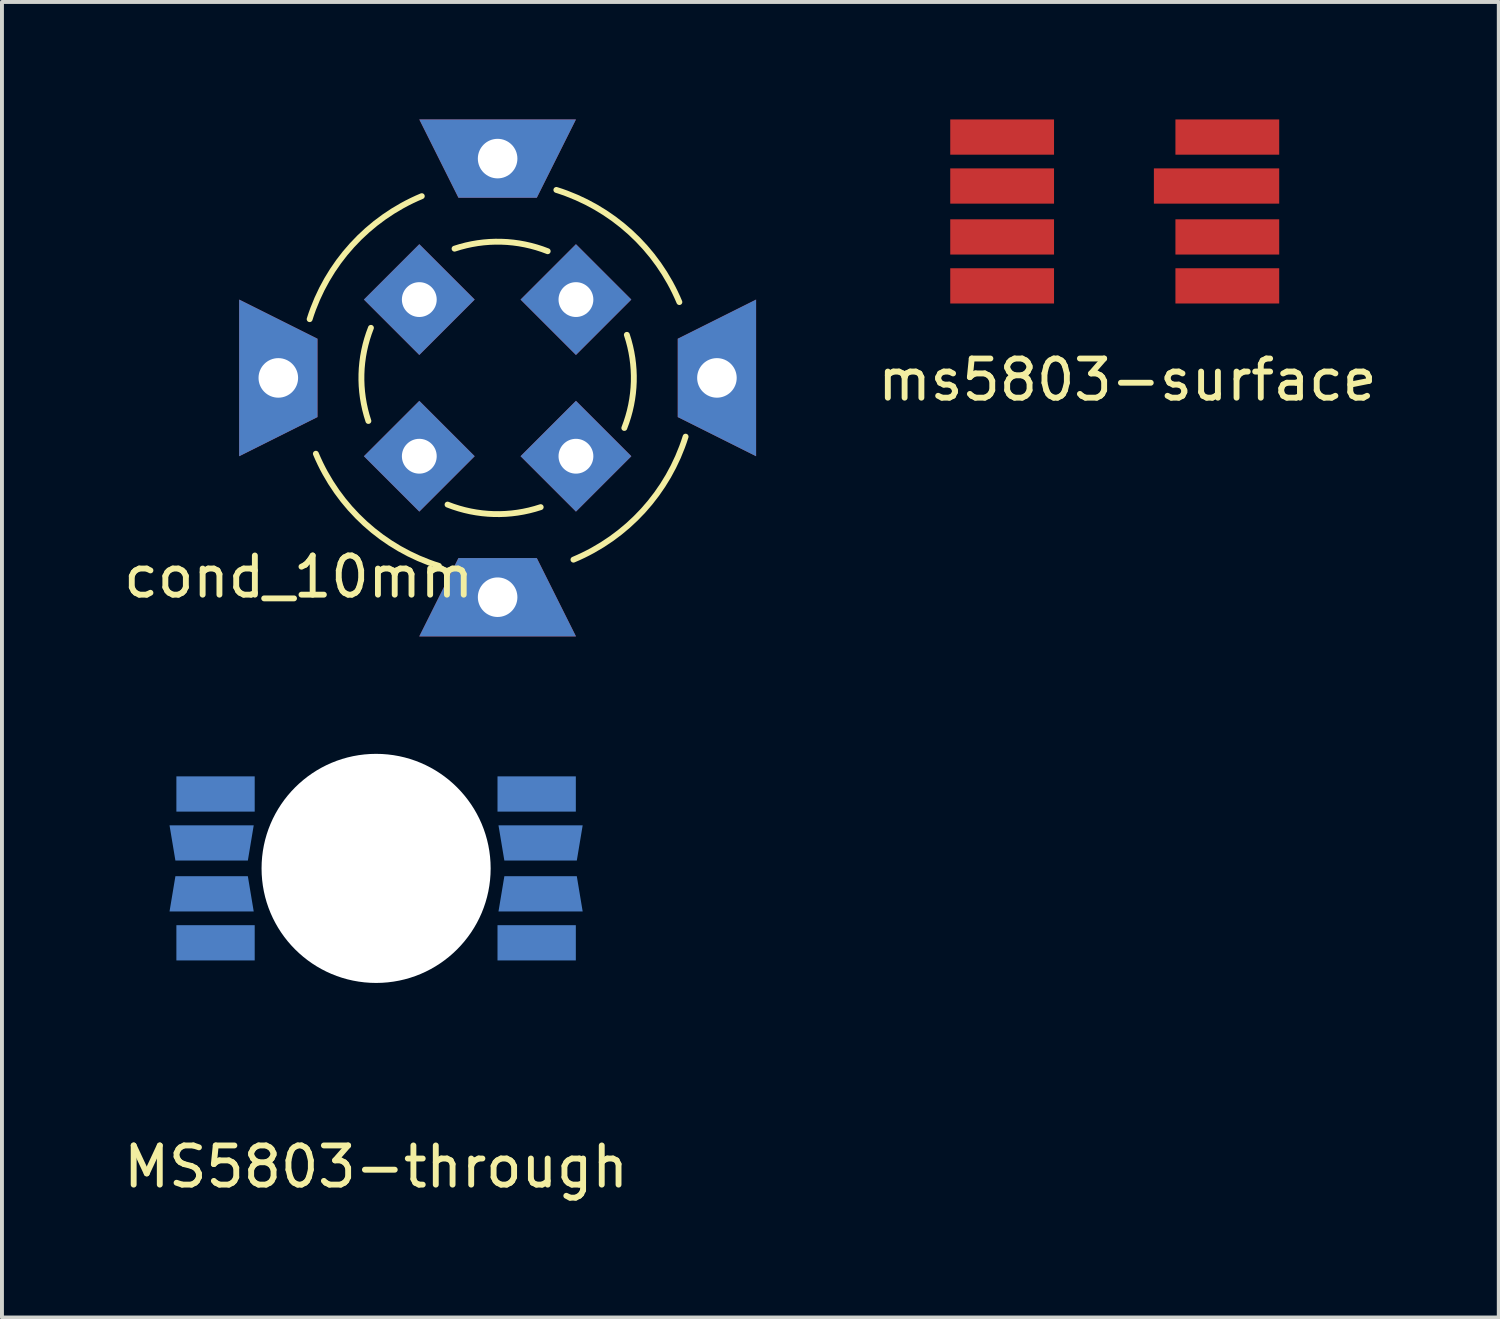
<source format=kicad_pcb>
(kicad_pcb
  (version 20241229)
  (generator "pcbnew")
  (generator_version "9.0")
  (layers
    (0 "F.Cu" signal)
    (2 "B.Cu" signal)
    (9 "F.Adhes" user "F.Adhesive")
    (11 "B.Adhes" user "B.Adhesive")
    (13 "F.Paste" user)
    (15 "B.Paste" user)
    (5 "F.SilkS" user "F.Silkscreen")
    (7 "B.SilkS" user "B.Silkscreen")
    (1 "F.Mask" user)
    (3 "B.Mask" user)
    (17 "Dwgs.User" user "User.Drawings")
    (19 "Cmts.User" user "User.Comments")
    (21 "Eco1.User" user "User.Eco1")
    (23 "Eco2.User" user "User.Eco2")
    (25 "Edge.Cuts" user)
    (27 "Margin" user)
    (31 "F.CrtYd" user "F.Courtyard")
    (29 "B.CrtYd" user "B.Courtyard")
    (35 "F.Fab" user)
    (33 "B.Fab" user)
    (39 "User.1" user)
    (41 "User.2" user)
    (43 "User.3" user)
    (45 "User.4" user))
  (footprint "MS5803-through"
    (layer "F.Cu")
    (at 6.554 19.125)
    (property "Reference" "MS5803-through" (at 0 7.62 0) (layer "F.SilkS") (effects (font (size 1 1) (thickness 0.15))))
    (attr through_hole)
    (pad "" np_thru_hole circle (at 0 0) (size 5.85 5.85) (drill 5.85) (layers "*.Cu" "*.Mask"))
    (pad "1" smd rect (at 4.2 1.9) (size 2 0.9) (drill (offset -0.1 0)) (layers "B.Cu" "B.Mask" "B.Paste"))
    (pad "2" smd trapezoid (at 4.2 0.65) (size 2 0.9) (rect_delta 0 0.15) (layers "B.Cu" "B.Mask" "B.Paste"))
    (pad "3" smd trapezoid (at 4.2 -0.65) (size 2 0.9) (rect_delta 0 -0.15) (layers "B.Cu" "B.Mask" "B.Paste"))
    (pad "4" smd rect (at 4.2 -1.9) (size 2 0.9) (drill (offset -0.1 0)) (layers "B.Cu" "B.Mask" "B.Paste"))
    (pad "5" smd rect (at -4.2 -1.9) (size 2 0.9) (drill (offset 0.1 0)) (layers "B.Cu" "B.Mask" "B.Paste"))
    (pad "6" smd trapezoid (at -4.2 -0.65) (size 2 0.9) (rect_delta 0 -0.15) (layers "B.Cu" "B.Mask" "B.Paste"))
    (pad "7" smd trapezoid (at -4.2 0.65) (size 2 0.9) (rect_delta 0 0.15) (layers "B.Cu" "B.Mask" "B.Paste"))
    (pad "8" smd rect (at -4.2 1.9) (size 2 0.9) (drill (offset 0.1 0)) (layers "B.Cu" "B.Mask" "B.Paste")))
  (footprint "cond_10mm"
    (layer "F.Cu")
    (at 9.657 6.6)
    (property "Reference" "cond_10mm" (at -5.08 5.08 0) (layer "F.SilkS") (effects (font (size 1 1) (thickness 0.15))))
    (attr through_hole)
    (fp_arc (start -4.8 -1.5) (mid -3.71635 -3.388029) (end -1.936314 -4.641195) (stroke (width 0.15) (type solid)) (layer "F.SilkS"))
    (fp_arc (start -3.3 1.1) (mid -3.477208 -0.095004) (end -3.235013 -1.27855) (stroke (width 0.15) (type solid)) (layer "F.SilkS"))
    (fp_arc (start -1.5 4.8) (mid -3.388029 3.71635) (end -4.641195 1.936314) (stroke (width 0.15) (type solid)) (layer "F.SilkS"))
    (fp_arc (start -1.1 -3.3) (mid 0.095004 -3.477208) (end 1.27855 -3.235013) (stroke (width 0.15) (type solid)) (layer "F.SilkS"))
    (fp_arc (start 1.1 3.3) (mid -0.095004 3.477208) (end -1.27855 3.235013) (stroke (width 0.15) (type solid)) (layer "F.SilkS"))
    (fp_arc (start 1.5 -4.8) (mid 3.388029 -3.71635) (end 4.641195 -1.936314) (stroke (width 0.15) (type solid)) (layer "F.SilkS"))
    (fp_arc (start 3.3 -1.1) (mid 3.477208 0.095004) (end 3.235013 1.27855) (stroke (width 0.15) (type solid)) (layer "F.SilkS"))
    (fp_arc (start 4.8 1.5) (mid 3.71635 3.388029) (end 1.936314 4.641195) (stroke (width 0.15) (type solid)) (layer "F.SilkS"))
    (pad "1" thru_hole rect (at -2 -2 135) (size 2 2) (drill 0.889) (layers "*.Cu" "*.Mask"))
    (pad "1" thru_hole rect (at -2 2 225) (size 2 2) (drill 0.889) (layers "*.Cu" "*.Mask"))
    (pad "1" thru_hole rect (at 2 -2 45) (size 2 2) (drill 0.889) (layers "*.Cu" "*.Mask"))
    (pad "1" thru_hole rect (at 2 2 315) (size 2 2) (drill 0.889) (layers "*.Cu" "*.Mask"))
    (pad "2" thru_hole trapezoid (at -5.6 0) (size 2 3) (rect_delta 1 0) (drill 1.01) (layers "*.Cu" "*.Mask"))
    (pad "2" thru_hole trapezoid (at 0 -5.6) (size 3 2) (rect_delta 0 -1) (drill 1.01) (layers "*.Cu" "*.Mask"))
    (pad "2" thru_hole trapezoid (at 0 5.6) (size 3 2) (rect_delta 0 1) (drill 1.01) (layers "*.Cu" "*.Mask"))
    (pad "2" thru_hole trapezoid (at 5.6 0) (size 2 3) (rect_delta -1 0) (drill 1.01) (layers "*.Cu" "*.Mask")))
  (footprint "ms5803-surface"
    (layer "F.Cu")
    (at 22.74 4.25)
    (property "Reference" "ms5803-surface" (at 3 2.4 0) (layer "F.SilkS") (effects (font (size 1 1) (thickness 0.15))))
    (attr through_hole)
    (pad "1" smd rect (at 5.35 0) (size 2.65 0.9) (drill (offset 0.2 0)) (layers "F.Cu" "F.Mask" "F.Paste"))
    (pad "2" smd rect (at 5.35 -1.25) (size 2.65 0.9) (drill (offset 0.2 0)) (layers "F.Cu" "F.Mask" "F.Paste"))
    (pad "3" smd rect (at 5.35 -2.55) (size 3.2 0.9) (drill (offset -0.075 0)) (layers "F.Cu" "F.Mask" "F.Paste"))
    (pad "4" smd rect (at 5.35 -3.8) (size 2.65 0.9) (drill (offset 0.2 0)) (layers "F.Cu" "F.Mask" "F.Paste"))
    (pad "5" smd rect (at 0 -3.8) (size 2.65 0.9) (drill (offset -0.2 0)) (layers "F.Cu" "F.Mask" "F.Paste"))
    (pad "6" smd rect (at 0 -2.55) (size 2.65 0.9) (drill (offset -0.2 0)) (layers "F.Cu" "F.Mask" "F.Paste"))
    (pad "7" smd rect (at 0 -1.25) (size 2.65 0.9) (drill (offset -0.2 0)) (layers "F.Cu" "F.Mask" "F.Paste"))
    (pad "8" smd rect (at 0 0) (size 2.65 0.9) (drill (offset -0.2 0)) (layers "F.Cu" "F.Mask" "F.Paste")))
  (gr_rect
    (start -3 -3)
    (end 35.222 30.593)
    (stroke (width 0.1) (type default))
    (fill no)
    (layer "Edge.Cuts")))
</source>
